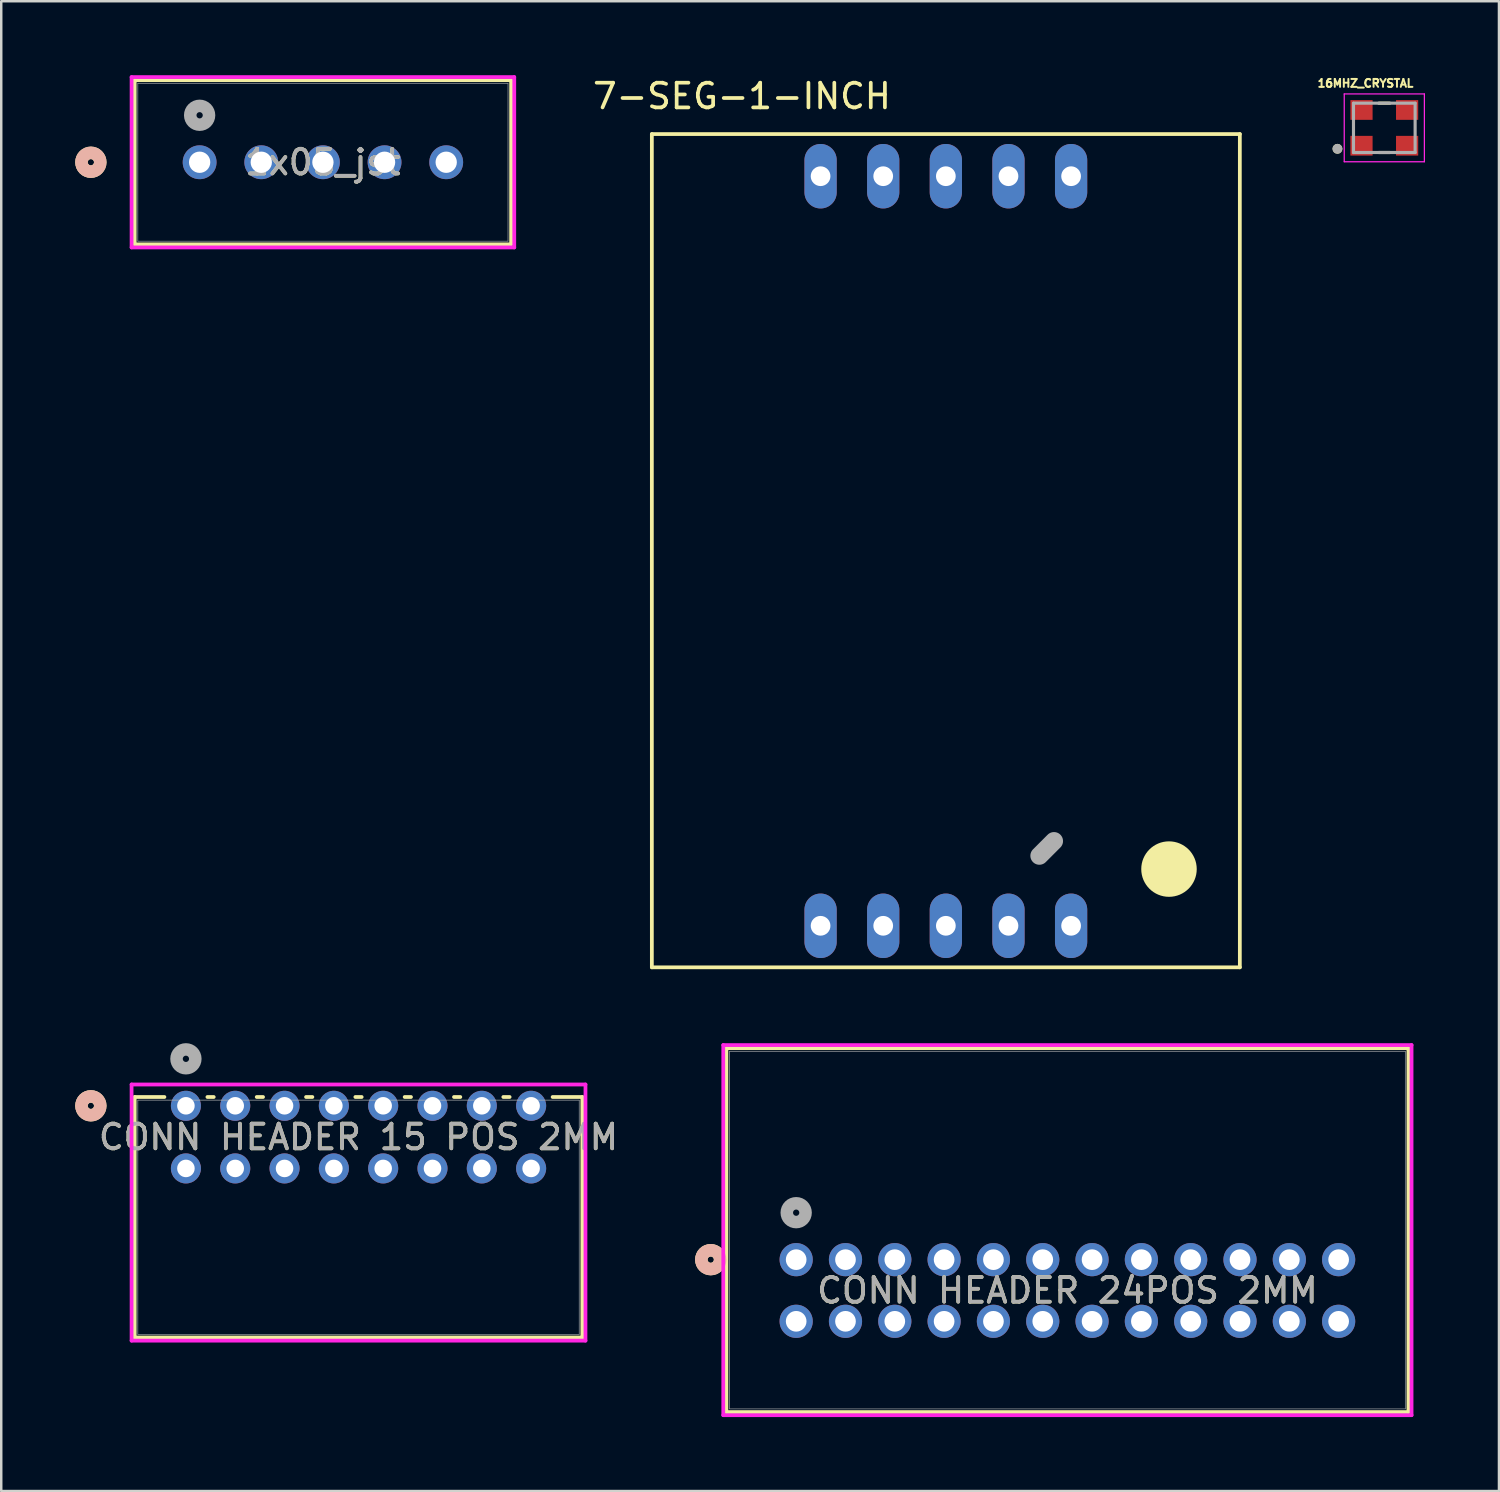
<source format=kicad_pcb>
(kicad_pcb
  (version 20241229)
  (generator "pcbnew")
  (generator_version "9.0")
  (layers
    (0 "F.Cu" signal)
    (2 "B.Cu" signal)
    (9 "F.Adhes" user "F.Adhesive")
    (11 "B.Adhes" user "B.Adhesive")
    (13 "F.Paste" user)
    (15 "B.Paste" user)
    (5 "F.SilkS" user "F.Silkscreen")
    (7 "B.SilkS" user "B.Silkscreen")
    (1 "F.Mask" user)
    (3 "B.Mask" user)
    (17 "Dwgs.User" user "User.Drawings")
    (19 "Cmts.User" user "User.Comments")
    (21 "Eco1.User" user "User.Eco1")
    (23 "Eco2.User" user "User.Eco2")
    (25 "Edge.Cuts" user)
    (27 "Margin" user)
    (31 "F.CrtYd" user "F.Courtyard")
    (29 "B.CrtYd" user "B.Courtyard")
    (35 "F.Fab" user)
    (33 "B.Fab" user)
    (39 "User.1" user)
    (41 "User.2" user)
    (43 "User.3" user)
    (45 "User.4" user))
  (footprint "CONN HEADER 15 POS 2MM"
    (layer "F.Cu")
    (at 4.49 41.796)
    (property "Reference" "CONN HEADER 15 POS 2MM" (at 7 1.27 0) (unlocked yes) (layer "F.SilkS") (effects (font (size 1 1) (thickness 0.15))))
    (attr through_hole)
    (fp_line (start -2.077 -0.357) (end -2.077 9.397) (stroke (width 0.152) (type solid)) (layer "F.SilkS"))
    (fp_line (start -2.077 9.397) (end 16.077 9.397) (stroke (width 0.152) (type solid)) (layer "F.SilkS"))
    (fp_line (start -0.872 -0.357) (end -2.077 -0.357) (stroke (width 0.152) (type solid)) (layer "F.SilkS"))
    (fp_line (start 1.128 -0.357) (end 0.872 -0.357) (stroke (width 0.152) (type solid)) (layer "F.SilkS"))
    (fp_line (start 3.128 -0.357) (end 2.872 -0.357) (stroke (width 0.152) (type solid)) (layer "F.SilkS"))
    (fp_line (start 5.128 -0.357) (end 4.872 -0.357) (stroke (width 0.152) (type solid)) (layer "F.SilkS"))
    (fp_line (start 7.128 -0.357) (end 6.872 -0.357) (stroke (width 0.152) (type solid)) (layer "F.SilkS"))
    (fp_line (start 9.128 -0.357) (end 8.872 -0.357) (stroke (width 0.152) (type solid)) (layer "F.SilkS"))
    (fp_line (start 11.128 -0.357) (end 10.872 -0.357) (stroke (width 0.152) (type solid)) (layer "F.SilkS"))
    (fp_line (start 13.128 -0.357) (end 12.872 -0.357) (stroke (width 0.152) (type solid)) (layer "F.SilkS"))
    (fp_line (start 16.077 -0.357) (end 14.872 -0.357) (stroke (width 0.152) (type solid)) (layer "F.SilkS"))
    (fp_line (start 16.077 9.397) (end 16.077 -0.357) (stroke (width 0.152) (type solid)) (layer "F.SilkS"))
    (fp_circle (center -3.855 0) (end -3.474 0) (stroke (width 0.508) (type solid)) (fill no) (layer "F.SilkS"))
    (fp_circle (center -3.855 0) (end -3.474 0) (stroke (width 0.508) (type solid)) (fill no) (layer "B.SilkS"))
    (fp_line (start -2.204 -0.864) (end -2.204 9.524) (stroke (width 0.152) (type solid)) (layer "F.CrtYd"))
    (fp_line (start -2.204 9.524) (end 16.204 9.524) (stroke (width 0.152) (type solid)) (layer "F.CrtYd"))
    (fp_line (start 16.204 -0.864) (end -2.204 -0.864) (stroke (width 0.152) (type solid)) (layer "F.CrtYd"))
    (fp_line (start 16.204 9.524) (end 16.204 -0.864) (stroke (width 0.152) (type solid)) (layer "F.CrtYd"))
    (fp_line (start -1.95 -0.23) (end -1.95 9.27) (stroke (width 0.025) (type solid)) (layer "F.Fab"))
    (fp_line (start -1.95 9.27) (end 15.95 9.27) (stroke (width 0.025) (type solid)) (layer "F.Fab"))
    (fp_line (start 15.95 -0.23) (end -1.95 -0.23) (stroke (width 0.025) (type solid)) (layer "F.Fab"))
    (fp_line (start 15.95 9.27) (end 15.95 -0.23) (stroke (width 0.025) (type solid)) (layer "F.Fab"))
    (fp_circle (center 0 -1.905) (end 0.381 -1.905) (stroke (width 0.508) (type solid)) (fill no) (layer "F.Fab"))
    (fp_text user "${REFERENCE}" (at 7 1.27 0) (unlocked yes) (layer "F.Fab") (effects (font (size 1 1) (thickness 0.15))))
    (pad "1" thru_hole circle (at 0 0) (size 1.219 1.219) (drill 0.711) (layers "*.Cu" "*.Mask"))
    (pad "2" thru_hole circle (at 2 0) (size 1.219 1.219) (drill 0.711) (layers "*.Cu" "*.Mask"))
    (pad "3" thru_hole circle (at 4 0) (size 1.219 1.219) (drill 0.711) (layers "*.Cu" "*.Mask"))
    (pad "4" thru_hole circle (at 6 0) (size 1.219 1.219) (drill 0.711) (layers "*.Cu" "*.Mask"))
    (pad "5" thru_hole circle (at 8 0) (size 1.219 1.219) (drill 0.711) (layers "*.Cu" "*.Mask"))
    (pad "6" thru_hole circle (at 10 0) (size 1.219 1.219) (drill 0.711) (layers "*.Cu" "*.Mask"))
    (pad "7" thru_hole circle (at 12 0) (size 1.219 1.219) (drill 0.711) (layers "*.Cu" "*.Mask"))
    (pad "8" thru_hole circle (at 14 0) (size 1.219 1.219) (drill 0.711) (layers "*.Cu" "*.Mask"))
    (pad "9" thru_hole circle (at 0 2.54) (size 1.219 1.219) (drill 0.711) (layers "*.Cu" "*.Mask"))
    (pad "10" thru_hole circle (at 2 2.54) (size 1.219 1.219) (drill 0.711) (layers "*.Cu" "*.Mask"))
    (pad "11" thru_hole circle (at 4 2.54) (size 1.219 1.219) (drill 0.711) (layers "*.Cu" "*.Mask"))
    (pad "12" thru_hole circle (at 6 2.54) (size 1.219 1.219) (drill 0.711) (layers "*.Cu" "*.Mask"))
    (pad "13" thru_hole circle (at 8 2.54) (size 1.219 1.219) (drill 0.711) (layers "*.Cu" "*.Mask"))
    (pad "14" thru_hole circle (at 10 2.54) (size 1.219 1.219) (drill 0.711) (layers "*.Cu" "*.Mask"))
    (pad "15" thru_hole circle (at 12 2.54) (size 1.219 1.219) (drill 0.711) (layers "*.Cu" "*.Mask"))
    (pad "16" thru_hole circle (at 14 2.54) (size 1.219 1.219) (drill 0.711) (layers "*.Cu" "*.Mask")))
  (footprint "16MHZ_CRYSTAL"
    (layer "F.Cu")
    (at 53.091 2.135)
    (property "Reference" "16MHZ_CRYSTAL" (at -0.763 -1.807 0) (layer "F.SilkS") (effects (font (size 0.321 0.321) (thickness 0.15))))
    (attr smd)
    (fp_line (start -0.221 -1) (end 0.221 -1) (stroke (width 0.127) (type solid)) (layer "F.SilkS"))
    (fp_line (start -0.221 1) (end 0.221 1) (stroke (width 0.127) (type solid)) (layer "F.SilkS"))
    (fp_circle (center -1.9 0.85) (end -1.8 0.85) (stroke (width 0.2) (type solid)) (fill no) (layer "F.SilkS"))
    (fp_line (start -1.625 -1.375) (end 1.625 -1.375) (stroke (width 0.05) (type solid)) (layer "F.CrtYd"))
    (fp_line (start -1.625 1.375) (end -1.625 -1.375) (stroke (width 0.05) (type solid)) (layer "F.CrtYd"))
    (fp_line (start 1.625 -1.375) (end 1.625 1.375) (stroke (width 0.05) (type solid)) (layer "F.CrtYd"))
    (fp_line (start 1.625 1.375) (end -1.625 1.375) (stroke (width 0.05) (type solid)) (layer "F.CrtYd"))
    (fp_line (start -1.25 -1) (end 1.25 -1) (stroke (width 0.127) (type solid)) (layer "F.Fab"))
    (fp_line (start -1.25 1) (end -1.25 -1) (stroke (width 0.127) (type solid)) (layer "F.Fab"))
    (fp_line (start 1.25 -1) (end 1.25 1) (stroke (width 0.127) (type solid)) (layer "F.Fab"))
    (fp_line (start 1.25 1) (end -1.25 1) (stroke (width 0.127) (type solid)) (layer "F.Fab"))
    (fp_circle (center -1.9 0.85) (end -1.8 0.85) (stroke (width 0.2) (type solid)) (fill no) (layer "F.Fab"))
    (pad "1" smd rect (at -0.925 0.725) (size 0.9 0.8) (layers "F.Cu" "F.Mask" "F.Paste"))
    (pad "2" smd rect (at 0.925 0.725) (size 0.9 0.8) (layers "F.Cu" "F.Mask" "F.Paste"))
    (pad "3" smd rect (at 0.925 -0.725) (size 0.9 0.8) (layers "F.Cu" "F.Mask" "F.Paste"))
    (pad "4" smd rect (at -0.925 -0.725) (size 0.9 0.8) (layers "F.Cu" "F.Mask" "F.Paste")))
  (footprint "CONN HEADER 24POS 2MM"
    (layer "F.Cu")
    (at 29.239 48.036)
    (property "Reference" "CONN HEADER 24POS 2MM" (at 11 1.25 0) (unlocked yes) (layer "F.SilkS") (effects (font (size 1 1) (thickness 0.15))))
    (attr through_hole)
    (fp_line (start -2.83 -8.577) (end -2.83 6.18) (stroke (width 0.152) (type solid)) (layer "F.SilkS"))
    (fp_line (start -2.83 6.18) (end 24.83 6.18) (stroke (width 0.152) (type solid)) (layer "F.SilkS"))
    (fp_line (start 24.83 -8.577) (end -2.83 -8.577) (stroke (width 0.152) (type solid)) (layer "F.SilkS"))
    (fp_line (start 24.83 6.18) (end 24.83 -8.577) (stroke (width 0.152) (type solid)) (layer "F.SilkS"))
    (fp_circle (center -3.465 0) (end -3.084 0) (stroke (width 0.508) (type solid)) (fill no) (layer "F.SilkS"))
    (fp_circle (center -3.465 0) (end -3.084 0) (stroke (width 0.508) (type solid)) (fill no) (layer "B.SilkS"))
    (fp_line (start -2.957 -8.704) (end -2.957 6.307) (stroke (width 0.152) (type solid)) (layer "F.CrtYd"))
    (fp_line (start -2.957 6.307) (end 24.957 6.307) (stroke (width 0.152) (type solid)) (layer "F.CrtYd"))
    (fp_line (start 24.957 -8.704) (end -2.957 -8.704) (stroke (width 0.152) (type solid)) (layer "F.CrtYd"))
    (fp_line (start 24.957 6.307) (end 24.957 -8.704) (stroke (width 0.152) (type solid)) (layer "F.CrtYd"))
    (fp_line (start -2.703 -8.45) (end -2.703 6.053) (stroke (width 0.025) (type solid)) (layer "F.Fab"))
    (fp_line (start -2.703 6.053) (end 24.703 6.053) (stroke (width 0.025) (type solid)) (layer "F.Fab"))
    (fp_line (start 24.703 -8.45) (end -2.703 -8.45) (stroke (width 0.025) (type solid)) (layer "F.Fab"))
    (fp_line (start 24.703 6.053) (end 24.703 -8.45) (stroke (width 0.025) (type solid)) (layer "F.Fab"))
    (fp_circle (center 0 -1.905) (end 0.381 -1.905) (stroke (width 0.508) (type solid)) (fill no) (layer "F.Fab"))
    (fp_text user "${REFERENCE}" (at 11 1.25 0) (unlocked yes) (layer "F.Fab") (effects (font (size 1 1) (thickness 0.15))))
    (pad "1" thru_hole circle (at 0 0) (size 1.346 1.346) (drill 0.838) (layers "*.Cu" "*.Mask"))
    (pad "2" thru_hole circle (at 0 2.5) (size 1.346 1.346) (drill 0.838) (layers "*.Cu" "*.Mask"))
    (pad "3" thru_hole circle (at 2 0) (size 1.346 1.346) (drill 0.838) (layers "*.Cu" "*.Mask"))
    (pad "4" thru_hole circle (at 2 2.5) (size 1.346 1.346) (drill 0.838) (layers "*.Cu" "*.Mask"))
    (pad "5" thru_hole circle (at 4 0) (size 1.346 1.346) (drill 0.838) (layers "*.Cu" "*.Mask"))
    (pad "6" thru_hole circle (at 4 2.5) (size 1.346 1.346) (drill 0.838) (layers "*.Cu" "*.Mask"))
    (pad "7" thru_hole circle (at 6 0) (size 1.346 1.346) (drill 0.838) (layers "*.Cu" "*.Mask"))
    (pad "8" thru_hole circle (at 6 2.5) (size 1.346 1.346) (drill 0.838) (layers "*.Cu" "*.Mask"))
    (pad "9" thru_hole circle (at 8 0) (size 1.346 1.346) (drill 0.838) (layers "*.Cu" "*.Mask"))
    (pad "10" thru_hole circle (at 8 2.5) (size 1.346 1.346) (drill 0.838) (layers "*.Cu" "*.Mask"))
    (pad "11" thru_hole circle (at 10 0) (size 1.346 1.346) (drill 0.838) (layers "*.Cu" "*.Mask"))
    (pad "12" thru_hole circle (at 10 2.5) (size 1.346 1.346) (drill 0.838) (layers "*.Cu" "*.Mask"))
    (pad "13" thru_hole circle (at 12 0) (size 1.346 1.346) (drill 0.838) (layers "*.Cu" "*.Mask"))
    (pad "14" thru_hole circle (at 12 2.5) (size 1.346 1.346) (drill 0.838) (layers "*.Cu" "*.Mask"))
    (pad "15" thru_hole circle (at 14 0) (size 1.346 1.346) (drill 0.838) (layers "*.Cu" "*.Mask"))
    (pad "16" thru_hole circle (at 14 2.5) (size 1.346 1.346) (drill 0.838) (layers "*.Cu" "*.Mask"))
    (pad "17" thru_hole circle (at 16 0) (size 1.346 1.346) (drill 0.838) (layers "*.Cu" "*.Mask"))
    (pad "18" thru_hole circle (at 16 2.5) (size 1.346 1.346) (drill 0.838) (layers "*.Cu" "*.Mask"))
    (pad "19" thru_hole circle (at 18 0) (size 1.346 1.346) (drill 0.838) (layers "*.Cu" "*.Mask"))
    (pad "20" thru_hole circle (at 18 2.5) (size 1.346 1.346) (drill 0.838) (layers "*.Cu" "*.Mask"))
    (pad "21" thru_hole circle (at 20 0) (size 1.346 1.346) (drill 0.838) (layers "*.Cu" "*.Mask"))
    (pad "22" thru_hole circle (at 20 2.5) (size 1.346 1.346) (drill 0.838) (layers "*.Cu" "*.Mask"))
    (pad "23" thru_hole circle (at 22 0) (size 1.346 1.346) (drill 0.838) (layers "*.Cu" "*.Mask"))
    (pad "24" thru_hole circle (at 22 2.5) (size 1.346 1.346) (drill 0.838) (layers "*.Cu" "*.Mask")))
  (footprint "7-SEG-1-INCH"
    (layer "F.Cu")
    (at 35.309 19.296)
    (property "Reference" "7-SEG-1-INCH" (at -8.269 -18.446 0) (layer "F.SilkS") (effects (font (size 1.002 1.002) (thickness 0.15))))
    (attr through_hole)
    (fp_line (start -11.923 -16.909) (end -11.923 16.884) (stroke (width 0.152) (type solid)) (layer "F.SilkS"))
    (fp_line (start -11.923 -16.909) (end 11.923 -16.909) (stroke (width 0.152) (type solid)) (layer "F.SilkS"))
    (fp_line (start 11.923 16.884) (end -11.923 16.884) (stroke (width 0.152) (type solid)) (layer "F.SilkS"))
    (fp_line (start 11.923 16.884) (end 11.923 -16.909) (stroke (width 0.152) (type solid)) (layer "F.SilkS"))
    (fp_circle (center 9.05 12.9) (end 10.175 12.9) (stroke (width 0) (type solid)) (fill yes) (layer "F.SilkS"))
    (fp_line (start 4.387 11.764) (end 3.793 12.359) (stroke (width 0.731) (type solid)) (layer "F.Fab"))
    (pad "1" thru_hole oval (at -5.08 15.2) (size 1.308 2.616) (drill 0.8) (layers "*.Cu" "*.Mask"))
    (pad "2" thru_hole oval (at -2.54 15.2) (size 1.308 2.616) (drill 0.8) (layers "*.Cu" "*.Mask"))
    (pad "3" thru_hole oval (at 0 15.2) (size 1.308 2.616) (drill 0.8) (layers "*.Cu" "*.Mask"))
    (pad "4" thru_hole oval (at 2.54 15.2) (size 1.308 2.616) (drill 0.8) (layers "*.Cu" "*.Mask"))
    (pad "5" thru_hole oval (at 5.08 15.2) (size 1.308 2.616) (drill 0.8) (layers "*.Cu" "*.Mask"))
    (pad "6" thru_hole oval (at -5.08 -15.2) (size 1.308 2.616) (drill 0.8) (layers "*.Cu" "*.Mask"))
    (pad "7" thru_hole oval (at -2.54 -15.2) (size 1.308 2.616) (drill 0.8) (layers "*.Cu" "*.Mask"))
    (pad "8" thru_hole oval (at 0 -15.2) (size 1.308 2.616) (drill 0.8) (layers "*.Cu" "*.Mask"))
    (pad "9" thru_hole oval (at 2.54 -15.2) (size 1.308 2.616) (drill 0.8) (layers "*.Cu" "*.Mask"))
    (pad "10" thru_hole oval (at 5.08 -15.2) (size 1.308 2.616) (drill 0.8) (layers "*.Cu" "*.Mask")))
  (footprint "1x05_jst"
    (layer "F.Cu")
    (at 5.046 3.53)
    (property "Reference" "1x05_jst" (at 5 0 0) (unlocked yes) (layer "F.SilkS") (effects (font (size 1 1) (thickness 0.15))))
    (attr through_hole)
    (fp_line (start -2.633 -3.327) (end -2.633 3.328) (stroke (width 0.152) (type solid)) (layer "F.SilkS"))
    (fp_line (start -2.633 3.328) (end 12.633 3.328) (stroke (width 0.152) (type solid)) (layer "F.SilkS"))
    (fp_line (start 12.633 -3.327) (end -2.633 -3.327) (stroke (width 0.152) (type solid)) (layer "F.SilkS"))
    (fp_line (start 12.633 3.328) (end 12.633 -3.327) (stroke (width 0.152) (type solid)) (layer "F.SilkS"))
    (fp_circle (center -4.411 0) (end -4.03 0) (stroke (width 0.508) (type solid)) (fill no) (layer "F.SilkS"))
    (fp_circle (center -4.411 0) (end -4.03 0) (stroke (width 0.508) (type solid)) (fill no) (layer "B.SilkS"))
    (fp_line (start -2.76 -3.454) (end -2.76 3.455) (stroke (width 0.152) (type solid)) (layer "F.CrtYd"))
    (fp_line (start -2.76 3.455) (end 12.76 3.455) (stroke (width 0.152) (type solid)) (layer "F.CrtYd"))
    (fp_line (start 12.76 -3.454) (end -2.76 -3.454) (stroke (width 0.152) (type solid)) (layer "F.CrtYd"))
    (fp_line (start 12.76 3.455) (end 12.76 -3.454) (stroke (width 0.152) (type solid)) (layer "F.CrtYd"))
    (fp_line (start -2.506 -3.2) (end -2.506 3.201) (stroke (width 0.025) (type solid)) (layer "F.Fab"))
    (fp_line (start -2.506 3.201) (end 12.506 3.201) (stroke (width 0.025) (type solid)) (layer "F.Fab"))
    (fp_line (start 12.506 -3.2) (end -2.506 -3.2) (stroke (width 0.025) (type solid)) (layer "F.Fab"))
    (fp_line (start 12.506 3.201) (end 12.506 -3.2) (stroke (width 0.025) (type solid)) (layer "F.Fab"))
    (fp_circle (center 0 -1.905) (end 0.381 -1.905) (stroke (width 0.508) (type solid)) (fill no) (layer "F.Fab"))
    (fp_text user "${REFERENCE}" (at 5 0 0) (unlocked yes) (layer "F.Fab") (effects (font (size 1 1) (thickness 0.15))))
    (pad "1" thru_hole circle (at 0 0) (size 1.372 1.372) (drill 0.864) (layers "*.Cu" "*.Mask"))
    (pad "2" thru_hole circle (at 2.5 0) (size 1.372 1.372) (drill 0.864) (layers "*.Cu" "*.Mask"))
    (pad "3" thru_hole circle (at 5 0) (size 1.372 1.372) (drill 0.864) (layers "*.Cu" "*.Mask"))
    (pad "4" thru_hole circle (at 7.5 0) (size 1.372 1.372) (drill 0.864) (layers "*.Cu" "*.Mask"))
    (pad "5" thru_hole circle (at 10 0) (size 1.372 1.372) (drill 0.864) (layers "*.Cu" "*.Mask")))
  (gr_rect
    (start -3 -3)
    (end 57.741 57.42)
    (stroke (width 0.1) (type default))
    (fill no)
    (layer "Edge.Cuts")))
</source>
